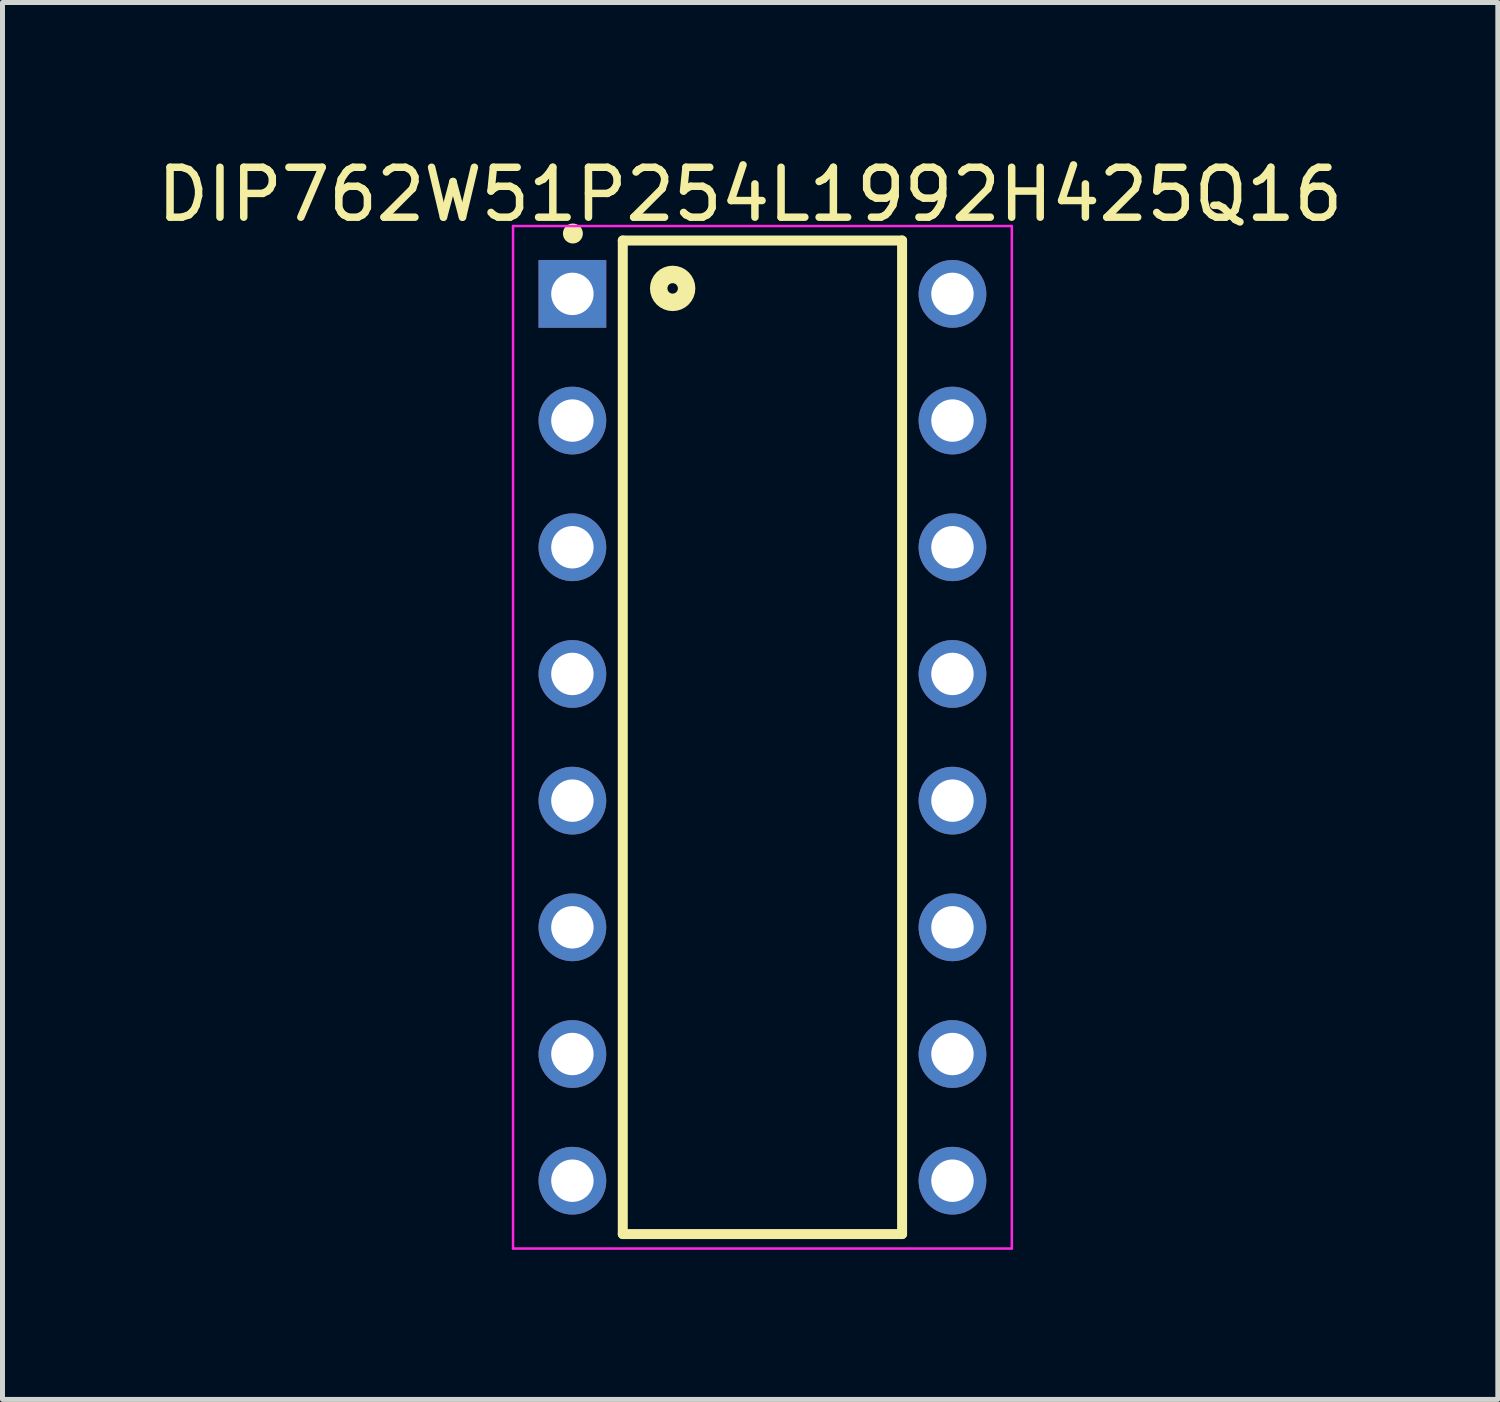
<source format=kicad_pcb>
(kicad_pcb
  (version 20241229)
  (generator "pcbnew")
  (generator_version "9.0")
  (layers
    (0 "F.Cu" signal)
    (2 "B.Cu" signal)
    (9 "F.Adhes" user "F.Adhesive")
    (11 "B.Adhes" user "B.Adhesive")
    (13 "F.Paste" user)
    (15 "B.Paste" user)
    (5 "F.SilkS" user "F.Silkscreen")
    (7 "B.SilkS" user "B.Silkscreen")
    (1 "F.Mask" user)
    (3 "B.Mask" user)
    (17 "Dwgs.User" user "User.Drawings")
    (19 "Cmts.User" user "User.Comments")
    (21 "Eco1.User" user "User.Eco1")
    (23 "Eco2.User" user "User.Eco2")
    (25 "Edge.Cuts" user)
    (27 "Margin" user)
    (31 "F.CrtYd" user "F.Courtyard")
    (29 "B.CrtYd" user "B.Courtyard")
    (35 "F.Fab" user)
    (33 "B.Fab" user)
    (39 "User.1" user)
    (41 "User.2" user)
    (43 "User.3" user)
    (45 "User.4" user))
  (footprint "DIP762W51P254L1992H425Q16"
    (layer "F.Cu")
    (at 12.236 11.732)
    (property "Reference" "DIP762W51P254L1992H425Q16" (at -0.246 -10.883 0) (layer "F.SilkS") (effects (font (size 1.001 1.001) (thickness 0.15))))
    (attr through_hole)
    (fp_line (start -2.8 -9.96) (end 2.8 -9.96) (stroke (width 0.2) (type solid)) (layer "F.SilkS"))
    (fp_line (start -2.8 9.96) (end -2.8 -9.96) (stroke (width 0.2) (type solid)) (layer "F.SilkS"))
    (fp_line (start 2.8 -9.96) (end 2.8 9.96) (stroke (width 0.2) (type solid)) (layer "F.SilkS"))
    (fp_line (start 2.8 9.96) (end -2.8 9.96) (stroke (width 0.2) (type solid)) (layer "F.SilkS"))
    (fp_circle (center -3.8 -10.1) (end -3.7 -10.1) (stroke (width 0.2) (type solid)) (fill no) (layer "F.SilkS"))
    (fp_circle (center -1.8 -9) (end -1.52 -9) (stroke (width 0.35) (type solid)) (fill no) (layer "F.SilkS"))
    (fp_line (start -5 -10.25) (end 5 -10.25) (stroke (width 0.05) (type solid)) (layer "F.CrtYd"))
    (fp_line (start -5 10.25) (end -5 -10.25) (stroke (width 0.05) (type solid)) (layer "F.CrtYd"))
    (fp_line (start 5 -10.25) (end 5 10.25) (stroke (width 0.05) (type solid)) (layer "F.CrtYd"))
    (fp_line (start 5 10.25) (end -5 10.25) (stroke (width 0.05) (type solid)) (layer "F.CrtYd"))
    (pad "1" thru_hole rect (at -3.81 -8.89) (size 1.358 1.358) (drill 0.85) (layers "*.Cu" "*.Mask"))
    (pad "2" thru_hole circle (at -3.81 -6.35) (size 1.358 1.358) (drill 0.85) (layers "*.Cu" "*.Mask"))
    (pad "3" thru_hole circle (at -3.81 -3.81) (size 1.358 1.358) (drill 0.85) (layers "*.Cu" "*.Mask"))
    (pad "4" thru_hole circle (at -3.81 -1.27) (size 1.358 1.358) (drill 0.85) (layers "*.Cu" "*.Mask"))
    (pad "5" thru_hole circle (at -3.81 1.27) (size 1.358 1.358) (drill 0.85) (layers "*.Cu" "*.Mask"))
    (pad "6" thru_hole circle (at -3.81 3.81) (size 1.358 1.358) (drill 0.85) (layers "*.Cu" "*.Mask"))
    (pad "7" thru_hole circle (at -3.81 6.35) (size 1.358 1.358) (drill 0.85) (layers "*.Cu" "*.Mask"))
    (pad "8" thru_hole circle (at -3.81 8.89) (size 1.358 1.358) (drill 0.85) (layers "*.Cu" "*.Mask"))
    (pad "9" thru_hole circle (at 3.81 8.89) (size 1.358 1.358) (drill 0.85) (layers "*.Cu" "*.Mask"))
    (pad "10" thru_hole circle (at 3.81 6.35) (size 1.358 1.358) (drill 0.85) (layers "*.Cu" "*.Mask"))
    (pad "11" thru_hole circle (at 3.81 3.81) (size 1.358 1.358) (drill 0.85) (layers "*.Cu" "*.Mask"))
    (pad "12" thru_hole circle (at 3.81 1.27) (size 1.358 1.358) (drill 0.85) (layers "*.Cu" "*.Mask"))
    (pad "13" thru_hole circle (at 3.81 -1.27) (size 1.358 1.358) (drill 0.85) (layers "*.Cu" "*.Mask"))
    (pad "14" thru_hole circle (at 3.81 -3.81) (size 1.358 1.358) (drill 0.85) (layers "*.Cu" "*.Mask"))
    (pad "15" thru_hole circle (at 3.81 -6.35) (size 1.358 1.358) (drill 0.85) (layers "*.Cu" "*.Mask"))
    (pad "16" thru_hole circle (at 3.81 -8.89) (size 1.358 1.358) (drill 0.85) (layers "*.Cu" "*.Mask")))
  (gr_rect
    (start -3 -3)
    (end 26.98 25.007)
    (stroke (width 0.1) (type default))
    (fill no)
    (layer "Edge.Cuts")))
</source>
